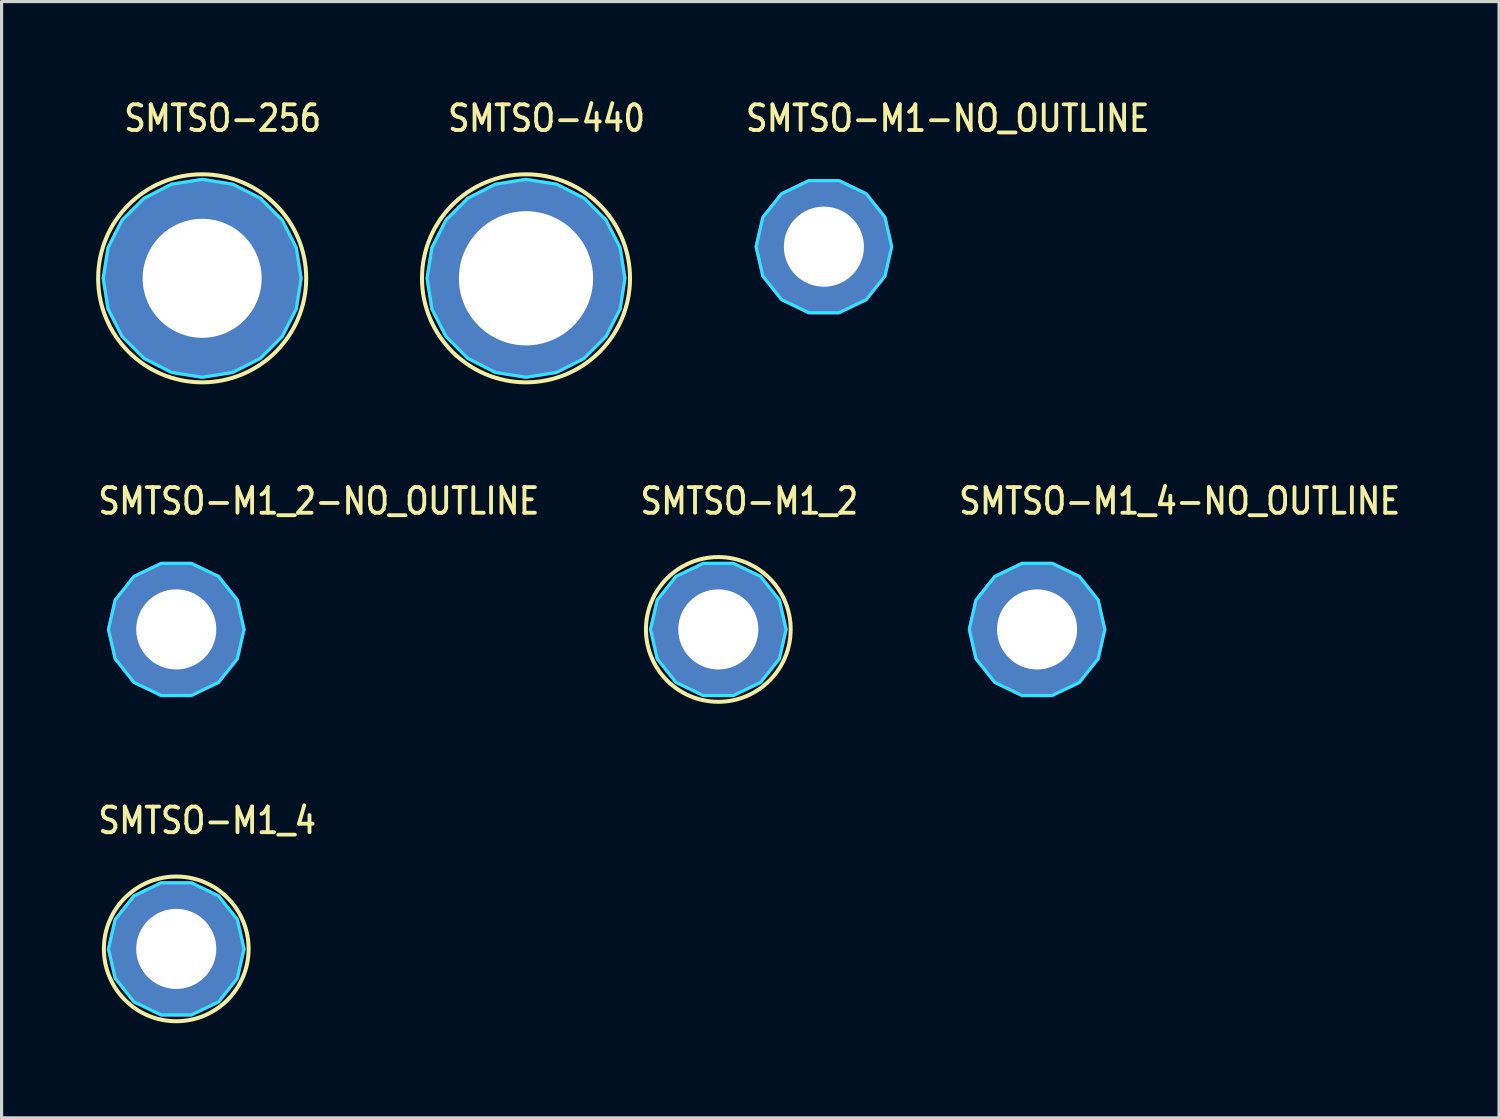
<source format=kicad_pcb>
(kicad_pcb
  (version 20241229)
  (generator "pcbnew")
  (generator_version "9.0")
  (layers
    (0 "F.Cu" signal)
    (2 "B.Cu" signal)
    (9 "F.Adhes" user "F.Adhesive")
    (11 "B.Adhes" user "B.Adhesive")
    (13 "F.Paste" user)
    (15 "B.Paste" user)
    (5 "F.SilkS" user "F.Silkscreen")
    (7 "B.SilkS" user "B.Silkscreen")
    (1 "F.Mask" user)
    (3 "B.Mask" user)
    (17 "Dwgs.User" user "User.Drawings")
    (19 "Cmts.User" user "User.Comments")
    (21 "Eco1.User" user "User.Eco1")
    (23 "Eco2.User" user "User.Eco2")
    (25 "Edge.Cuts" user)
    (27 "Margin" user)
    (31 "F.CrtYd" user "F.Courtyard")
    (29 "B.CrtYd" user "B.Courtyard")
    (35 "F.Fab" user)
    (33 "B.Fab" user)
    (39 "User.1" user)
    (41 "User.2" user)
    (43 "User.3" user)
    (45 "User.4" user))
  (footprint "SMTSO-M1_4-NO_OUTLINE"
    (layer "F.Cu")
    (at 29.842 16.913)
    (property "Reference" "SMTSO-M1_4-NO_OUTLINE" (at -2.54 -3.595 0) (unlocked yes) (layer "F.SilkS") (effects (font (size 0.813 0.695) (thickness 0.122)) (justify left bottom)))
    (fp_poly (pts (xy -1.946 -0.538) (xy 1.946 -0.538) (xy 1.234 -0.538) (xy -1.234 -0.538)) (stroke (width 0.076) (type solid)) (fill yes) (layer "F.Paste"))
    (fp_poly (pts (xy 1.946 0.538) (xy -1.946 0.538) (xy -1.234 0.538) (xy 1.234 0.538)) (stroke (width 0.076) (type solid)) (fill yes) (layer "F.Paste"))
    (fp_poly (pts (xy 2.149 0) (xy 1.936 -0.932) (xy 1.34 -1.68) (xy 0.478 -2.095) (xy -0.478 -2.095) (xy -1.34 -1.68) (xy -1.936 -0.932) (xy -2.149 0) (xy -1.936 0.932) (xy -1.34 1.68) (xy -0.478 2.095) (xy 0.478 2.095) (xy 1.34 1.68) (xy 1.936 0.932)) (stroke (width 0.1) (type solid)) (fill no) (layer "B.CrtYd"))
    (fp_poly (pts (xy 2.149 0) (xy 1.936 -0.932) (xy 1.34 -1.68) (xy 0.478 -2.095) (xy -0.478 -2.095) (xy -1.34 -1.68) (xy -1.936 -0.932) (xy -2.149 0) (xy -1.936 0.932) (xy -1.34 1.68) (xy -0.478 2.095) (xy 0.478 2.095) (xy 1.34 1.68) (xy 1.936 0.932)) (stroke (width 0.1) (type solid)) (fill no) (layer "F.CrtYd"))
    (pad "1" thru_hole oval (at 0 0) (size 4.19 4.19) (drill 2.54) (layers "*.Cu" "*.Mask")))
  (footprint "SMTSO-256"
    (layer "F.Cu")
    (at 3.362 5.777)
    (property "Reference" "SMTSO-256" (at -2.54 -4.599 0) (unlocked yes) (layer "F.SilkS") (effects (font (size 0.813 0.695) (thickness 0.122)) (justify left bottom)))
    (fp_circle (center 0 0) (end 3.299 0) (stroke (width 0.127) (type solid)) (fill no) (layer "F.SilkS"))
    (fp_poly (pts (xy -2.974 -0.538) (xy 2.974 -0.538) (xy 1.888 -0.538) (xy -1.888 -0.538)) (stroke (width 0.076) (type solid)) (fill yes) (layer "F.Paste"))
    (fp_poly (pts (xy 2.974 0.538) (xy -2.974 0.538) (xy -1.888 0.538) (xy 1.888 0.538)) (stroke (width 0.076) (type solid)) (fill yes) (layer "F.Paste"))
    (fp_poly (pts (xy 3.137 0) (xy 2.984 -0.97) (xy 2.538 -1.844) (xy 1.844 -2.538) (xy 0.97 -2.984) (xy 0 -3.137) (xy -0.97 -2.984) (xy -1.844 -2.538) (xy -2.538 -1.844) (xy -2.984 -0.97) (xy -3.137 0) (xy -2.984 0.97) (xy -2.538 1.844) (xy -1.844 2.538) (xy -0.97 2.984) (xy 0 3.137) (xy 0.97 2.984) (xy 1.844 2.538) (xy 2.538 1.844) (xy 2.984 0.97)) (stroke (width 0.1) (type solid)) (fill no) (layer "B.CrtYd"))
    (fp_poly (pts (xy 3.137 0) (xy 2.984 -0.97) (xy 2.538 -1.844) (xy 1.844 -2.538) (xy 0.97 -2.984) (xy 0 -3.137) (xy -0.97 -2.984) (xy -1.844 -2.538) (xy -2.538 -1.844) (xy -2.984 -0.97) (xy -3.137 0) (xy -2.984 0.97) (xy -2.538 1.844) (xy -1.844 2.538) (xy -0.97 2.984) (xy 0 3.137) (xy 0.97 2.984) (xy 1.844 2.538) (xy 2.538 1.844) (xy 2.984 0.97)) (stroke (width 0.1) (type solid)) (fill no) (layer "F.CrtYd"))
    (pad "1" thru_hole oval (at 0 0) (size 6.198 6.198) (drill 3.774) (layers "*.Cu" "*.Mask")))
  (footprint "SMTSO-M1_2"
    (layer "F.Cu")
    (at 19.732 16.913)
    (property "Reference" "SMTSO-M1_2" (at -2.54 -3.595 0) (unlocked yes) (layer "F.SilkS") (effects (font (size 0.813 0.695) (thickness 0.122)) (justify left bottom)))
    (fp_circle (center 0 0) (end 2.295 0) (stroke (width 0.127) (type solid)) (fill no) (layer "F.SilkS"))
    (fp_poly (pts (xy -1.946 -0.538) (xy 1.946 -0.538) (xy 1.234 -0.538) (xy -1.234 -0.538)) (stroke (width 0.076) (type solid)) (fill yes) (layer "F.Paste"))
    (fp_poly (pts (xy 1.946 0.538) (xy -1.946 0.538) (xy -1.234 0.538) (xy 1.234 0.538)) (stroke (width 0.076) (type solid)) (fill yes) (layer "F.Paste"))
    (fp_poly (pts (xy 2.149 0) (xy 1.936 -0.932) (xy 1.34 -1.68) (xy 0.478 -2.095) (xy -0.478 -2.095) (xy -1.34 -1.68) (xy -1.936 -0.932) (xy -2.149 0) (xy -1.936 0.932) (xy -1.34 1.68) (xy -0.478 2.095) (xy 0.478 2.095) (xy 1.34 1.68) (xy 1.936 0.932)) (stroke (width 0.1) (type solid)) (fill no) (layer "B.CrtYd"))
    (fp_poly (pts (xy 2.149 0) (xy 1.936 -0.932) (xy 1.34 -1.68) (xy 0.478 -2.095) (xy -0.478 -2.095) (xy -1.34 -1.68) (xy -1.936 -0.932) (xy -2.149 0) (xy -1.936 0.932) (xy -1.34 1.68) (xy -0.478 2.095) (xy 0.478 2.095) (xy 1.34 1.68) (xy 1.936 0.932)) (stroke (width 0.1) (type solid)) (fill no) (layer "F.CrtYd"))
    (pad "1" thru_hole oval (at 0 0) (size 4.19 4.19) (drill 2.54) (layers "*.Cu" "*.Mask")))
  (footprint "SMTSO-M1_4"
    (layer "F.Cu")
    (at 2.54 27.045)
    (property "Reference" "SMTSO-M1_4" (at -2.54 -3.595 0) (unlocked yes) (layer "F.SilkS") (effects (font (size 0.813 0.695) (thickness 0.122)) (justify left bottom)))
    (fp_circle (center 0 0) (end 2.295 0) (stroke (width 0.127) (type solid)) (fill no) (layer "F.SilkS"))
    (fp_poly (pts (xy -1.946 -0.538) (xy 1.946 -0.538) (xy 1.234 -0.538) (xy -1.234 -0.538)) (stroke (width 0.076) (type solid)) (fill yes) (layer "F.Paste"))
    (fp_poly (pts (xy 1.946 0.538) (xy -1.946 0.538) (xy -1.234 0.538) (xy 1.234 0.538)) (stroke (width 0.076) (type solid)) (fill yes) (layer "F.Paste"))
    (fp_poly (pts (xy 2.149 0) (xy 1.936 -0.932) (xy 1.34 -1.68) (xy 0.478 -2.095) (xy -0.478 -2.095) (xy -1.34 -1.68) (xy -1.936 -0.932) (xy -2.149 0) (xy -1.936 0.932) (xy -1.34 1.68) (xy -0.478 2.095) (xy 0.478 2.095) (xy 1.34 1.68) (xy 1.936 0.932)) (stroke (width 0.1) (type solid)) (fill no) (layer "B.CrtYd"))
    (fp_poly (pts (xy 2.149 0) (xy 1.936 -0.932) (xy 1.34 -1.68) (xy 0.478 -2.095) (xy -0.478 -2.095) (xy -1.34 -1.68) (xy -1.936 -0.932) (xy -2.149 0) (xy -1.936 0.932) (xy -1.34 1.68) (xy -0.478 2.095) (xy 0.478 2.095) (xy 1.34 1.68) (xy 1.936 0.932)) (stroke (width 0.1) (type solid)) (fill no) (layer "F.CrtYd"))
    (pad "1" thru_hole oval (at 0 0) (size 4.19 4.19) (drill 2.54) (layers "*.Cu" "*.Mask")))
  (footprint "SMTSO-M1-NO_OUTLINE"
    (layer "F.Cu")
    (at 23.081 4.774)
    (property "Reference" "SMTSO-M1-NO_OUTLINE" (at -2.54 -3.595 0) (unlocked yes) (layer "F.SilkS") (effects (font (size 0.813 0.695) (thickness 0.122)) (justify left bottom)))
    (fp_poly (pts (xy -1.946 -0.538) (xy 1.946 -0.538) (xy 1.234 -0.538) (xy -1.234 -0.538)) (stroke (width 0.076) (type solid)) (fill yes) (layer "F.Paste"))
    (fp_poly (pts (xy 1.946 0.538) (xy -1.946 0.538) (xy -1.234 0.538) (xy 1.234 0.538)) (stroke (width 0.076) (type solid)) (fill yes) (layer "F.Paste"))
    (fp_poly (pts (xy 2.149 0) (xy 1.936 -0.932) (xy 1.34 -1.68) (xy 0.478 -2.095) (xy -0.478 -2.095) (xy -1.34 -1.68) (xy -1.936 -0.932) (xy -2.149 0) (xy -1.936 0.932) (xy -1.34 1.68) (xy -0.478 2.095) (xy 0.478 2.095) (xy 1.34 1.68) (xy 1.936 0.932)) (stroke (width 0.1) (type solid)) (fill no) (layer "B.CrtYd"))
    (fp_poly (pts (xy 2.149 0) (xy 1.936 -0.932) (xy 1.34 -1.68) (xy 0.478 -2.095) (xy -0.478 -2.095) (xy -1.34 -1.68) (xy -1.936 -0.932) (xy -2.149 0) (xy -1.936 0.932) (xy -1.34 1.68) (xy -0.478 2.095) (xy 0.478 2.095) (xy 1.34 1.68) (xy 1.936 0.932)) (stroke (width 0.1) (type solid)) (fill no) (layer "F.CrtYd"))
    (pad "1" thru_hole oval (at 0 0) (size 4.19 4.19) (drill 2.54) (layers "*.Cu" "*.Mask")))
  (footprint "SMTSO-440"
    (layer "F.Cu")
    (at 13.633 5.777)
    (property "Reference" "SMTSO-440" (at -2.54 -4.599 0) (unlocked yes) (layer "F.SilkS") (effects (font (size 0.813 0.695) (thickness 0.122)) (justify left bottom)))
    (fp_circle (center 0 0) (end 3.299 0) (stroke (width 0.127) (type solid)) (fill no) (layer "F.SilkS"))
    (fp_poly (pts (xy -2.974 -0.538) (xy 2.974 -0.538) (xy 2.138 -0.538) (xy -2.138 -0.538)) (stroke (width 0.076) (type solid)) (fill yes) (layer "F.Paste"))
    (fp_poly (pts (xy 2.974 0.538) (xy -2.974 0.538) (xy -2.138 0.538) (xy 2.138 0.538)) (stroke (width 0.076) (type solid)) (fill yes) (layer "F.Paste"))
    (fp_poly (pts (xy 3.137 0) (xy 2.984 -0.97) (xy 2.538 -1.844) (xy 1.844 -2.538) (xy 0.97 -2.984) (xy 0 -3.137) (xy -0.97 -2.984) (xy -1.844 -2.538) (xy -2.538 -1.844) (xy -2.984 -0.97) (xy -3.137 0) (xy -2.984 0.97) (xy -2.538 1.844) (xy -1.844 2.538) (xy -0.97 2.984) (xy 0 3.137) (xy 0.97 2.984) (xy 1.844 2.538) (xy 2.538 1.844) (xy 2.984 0.97)) (stroke (width 0.1) (type solid)) (fill no) (layer "B.CrtYd"))
    (fp_poly (pts (xy 3.137 0) (xy 2.984 -0.97) (xy 2.538 -1.844) (xy 1.844 -2.538) (xy 0.97 -2.984) (xy 0 -3.137) (xy -0.97 -2.984) (xy -1.844 -2.538) (xy -2.538 -1.844) (xy -2.984 -0.97) (xy -3.137 0) (xy -2.984 0.97) (xy -2.538 1.844) (xy -1.844 2.538) (xy -0.97 2.984) (xy 0 3.137) (xy 0.97 2.984) (xy 1.844 2.538) (xy 2.538 1.844) (xy 2.984 0.97)) (stroke (width 0.1) (type solid)) (fill no) (layer "F.CrtYd"))
    (pad "1" thru_hole oval (at 0 0) (size 6.198 6.198) (drill 4.256) (layers "*.Cu" "*.Mask")))
  (footprint "SMTSO-M1_2-NO_OUTLINE"
    (layer "F.Cu")
    (at 2.54 16.913)
    (property "Reference" "SMTSO-M1_2-NO_OUTLINE" (at -2.54 -3.595 0) (unlocked yes) (layer "F.SilkS") (effects (font (size 0.813 0.695) (thickness 0.122)) (justify left bottom)))
    (fp_poly (pts (xy -1.946 -0.538) (xy 1.946 -0.538) (xy 1.234 -0.538) (xy -1.234 -0.538)) (stroke (width 0.076) (type solid)) (fill yes) (layer "F.Paste"))
    (fp_poly (pts (xy 1.946 0.538) (xy -1.946 0.538) (xy -1.234 0.538) (xy 1.234 0.538)) (stroke (width 0.076) (type solid)) (fill yes) (layer "F.Paste"))
    (fp_poly (pts (xy 2.149 0) (xy 1.936 -0.932) (xy 1.34 -1.68) (xy 0.478 -2.095) (xy -0.478 -2.095) (xy -1.34 -1.68) (xy -1.936 -0.932) (xy -2.149 0) (xy -1.936 0.932) (xy -1.34 1.68) (xy -0.478 2.095) (xy 0.478 2.095) (xy 1.34 1.68) (xy 1.936 0.932)) (stroke (width 0.1) (type solid)) (fill no) (layer "B.CrtYd"))
    (fp_poly (pts (xy 2.149 0) (xy 1.936 -0.932) (xy 1.34 -1.68) (xy 0.478 -2.095) (xy -0.478 -2.095) (xy -1.34 -1.68) (xy -1.936 -0.932) (xy -2.149 0) (xy -1.936 0.932) (xy -1.34 1.68) (xy -0.478 2.095) (xy 0.478 2.095) (xy 1.34 1.68) (xy 1.936 0.932)) (stroke (width 0.1) (type solid)) (fill no) (layer "F.CrtYd"))
    (pad "1" thru_hole oval (at 0 0) (size 4.19 4.19) (drill 2.54) (layers "*.Cu" "*.Mask")))
  (gr_rect
    (start -3 -3)
    (end 44.494 32.404)
    (stroke (width 0.1) (type default))
    (fill no)
    (layer "Edge.Cuts")))
</source>
